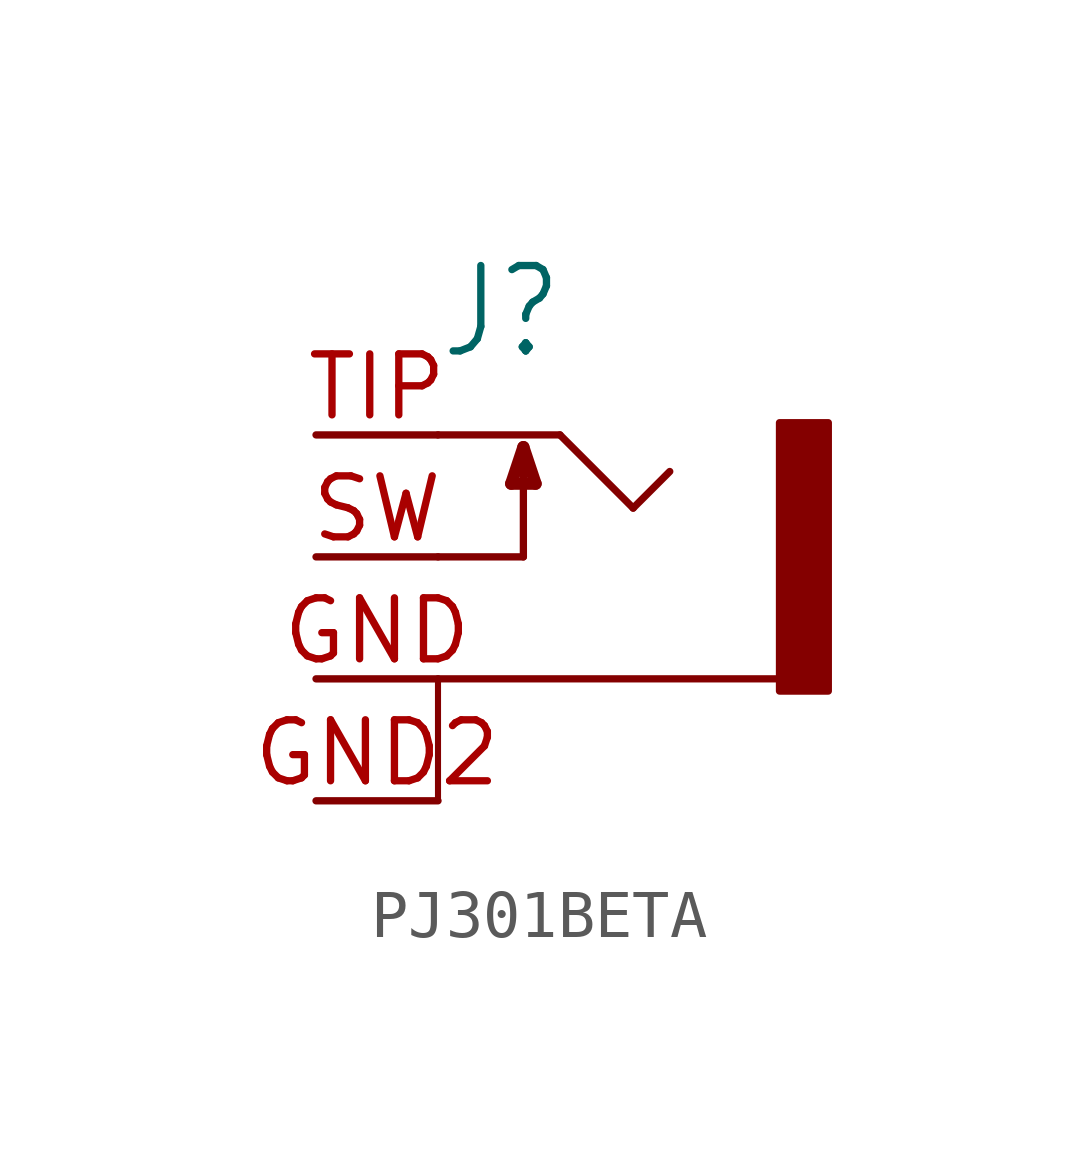
<source format=kicad_sym>
(kicad_symbol_lib
  (version 20211014)
  (generator kicad_symbol_editor)
  (symbol "PJ301BETA"
    (property "Reference" "J"
      (at -2.54 4.064 0)
      (effects (font (size 1.778 1.511)) (justify left bottom)))
    (property "ki_locked" ""
      (at 0 0 0)
      (effects (font (size 1.27 1.27))))
    (symbol "PJ301BETA_1_0"
      (polyline (pts (xy -2.54 -5.08) (xy -2.54 -2.54)) (stroke (width 0.127) (type default) (color 0 0 0 0)) (fill (type none)))
      (polyline (pts (xy -2.54 -2.54) (xy 4.572 -2.54)) (stroke (width 0.152) (type default) (color 0 0 0 0)) (fill (type none)))
      (polyline (pts (xy -2.54 0) (xy -0.762 0)) (stroke (width 0.152) (type default) (color 0 0 0 0)) (fill (type none)))
      (polyline (pts (xy -2.54 2.54) (xy 0 2.54)) (stroke (width 0.152) (type default) (color 0 0 0 0)) (fill (type none)))
      (polyline (pts (xy -1.016 1.524) (xy -0.508 1.524)) (stroke (width 0.254) (type default) (color 0 0 0 0)) (fill (type none)))
      (polyline (pts (xy -0.762 0) (xy -0.762 2.286)) (stroke (width 0.152) (type default) (color 0 0 0 0)) (fill (type none)))
      (polyline (pts (xy -0.762 2.286) (xy -1.016 1.524)) (stroke (width 0.254) (type default) (color 0 0 0 0)) (fill (type none)))
      (polyline (pts (xy -0.508 1.524) (xy -0.762 2.286)) (stroke (width 0.254) (type default) (color 0 0 0 0)) (fill (type none)))
      (polyline (pts (xy 0 2.54) (xy 1.524 1.016)) (stroke (width 0.152) (type default) (color 0 0 0 0)) (fill (type none)))
      (polyline (pts (xy 1.524 1.016) (xy 2.286 1.778)) (stroke (width 0.152) (type default) (color 0 0 0 0)) (fill (type none)))
      (rectangle (start 4.572 2.794) (end 5.588 -2.794) (stroke (width 0) (type default) (color 0 0 0 0)) (fill (type outline)))
      (pin passive line (at -5.08 -2.54 0) (length 2.54) (name "1" (effects (font (size 0 0)))) (number "GND" (effects (font (size 1.27 1.27)))))
      (pin passive line (at -5.08 -5.08 0) (length 2.54) (name "4" (effects (font (size 0 0)))) (number "GND2" (effects (font (size 1.27 1.27)))))
      (pin passive line (at -5.08 0 0) (length 2.54) (name "3" (effects (font (size 0 0)))) (number "SW" (effects (font (size 1.27 1.27)))))
      (pin passive line (at -5.08 2.54 0) (length 2.54) (name "2" (effects (font (size 0 0)))) (number "TIP" (effects (font (size 1.27 1.27))))))))
</source>
